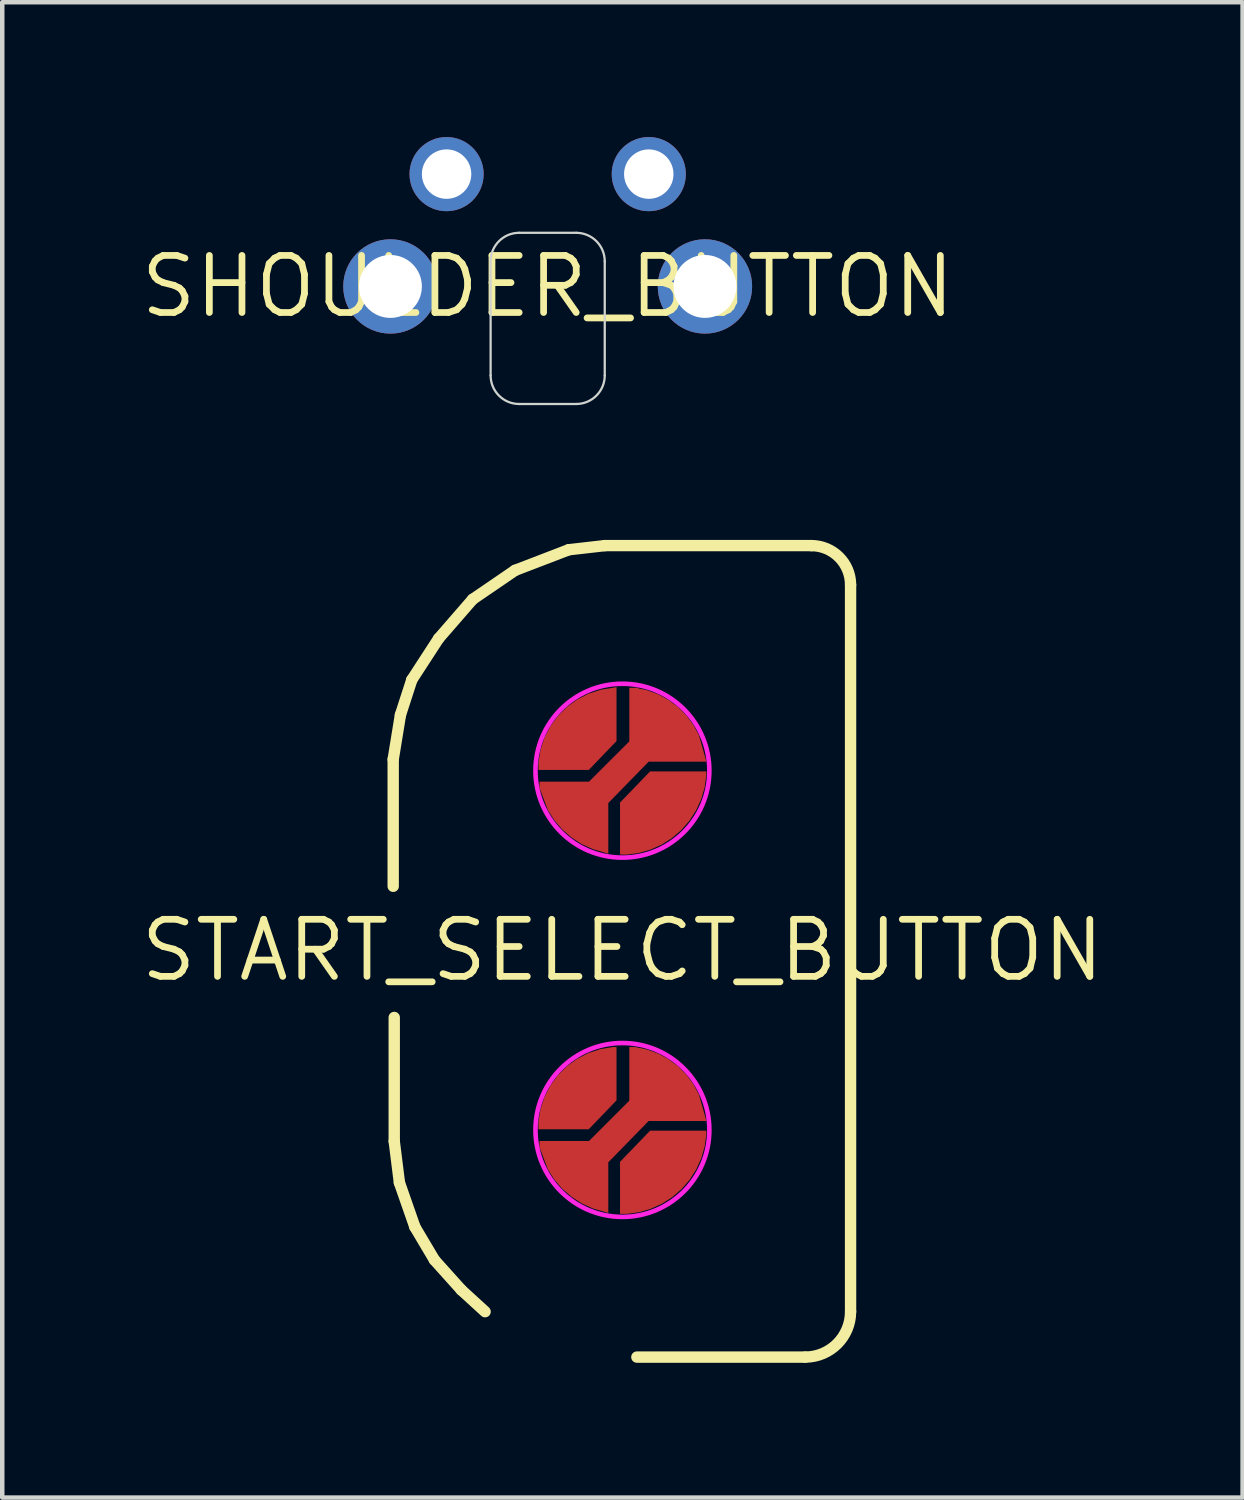
<source format=kicad_pcb>
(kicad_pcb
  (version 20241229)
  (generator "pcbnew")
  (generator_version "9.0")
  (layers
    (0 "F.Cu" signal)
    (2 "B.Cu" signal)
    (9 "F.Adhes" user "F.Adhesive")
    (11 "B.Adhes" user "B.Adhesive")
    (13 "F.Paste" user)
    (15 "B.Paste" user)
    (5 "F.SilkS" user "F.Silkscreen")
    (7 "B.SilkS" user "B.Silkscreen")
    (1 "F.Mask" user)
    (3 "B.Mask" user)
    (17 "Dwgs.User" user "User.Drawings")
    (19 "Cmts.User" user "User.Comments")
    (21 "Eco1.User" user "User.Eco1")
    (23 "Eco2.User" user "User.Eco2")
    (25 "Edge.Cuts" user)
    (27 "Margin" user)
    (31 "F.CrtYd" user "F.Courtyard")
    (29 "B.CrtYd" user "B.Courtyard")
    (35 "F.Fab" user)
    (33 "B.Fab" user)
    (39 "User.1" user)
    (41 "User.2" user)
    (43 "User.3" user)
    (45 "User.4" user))
  (footprint "SHOULDER_BUTTON"
    (layer "F.Cu")
    (at 9.139 3.325)
    (property "Reference" "SHOULDER_BUTTON" (at 0 0 0) (layer "F.SilkS") (effects (font (size 1.27 1.27) (thickness 0.15))))
    (fp_line (start -1.27 -0.559) (end -1.27 1.981) (stroke (width 0.05) (type solid)) (layer "Edge.Cuts"))
    (fp_line (start -0.635 2.616) (end 0.635 2.616) (stroke (width 0.05) (type solid)) (layer "Edge.Cuts"))
    (fp_line (start 0.635 -1.194) (end -0.635 -1.194) (stroke (width 0.05) (type solid)) (layer "Edge.Cuts"))
    (fp_line (start 1.27 1.981) (end 1.27 -0.559) (stroke (width 0.05) (type solid)) (layer "Edge.Cuts"))
    (fp_arc (start -1.27 -0.5588) (mid -1.084013 -1.007813) (end -0.635 -1.1938) (stroke (width 0.05) (type solid)) (layer "Edge.Cuts"))
    (fp_arc (start -0.635 2.6162) (mid -1.084013 2.430213) (end -1.27 1.9812) (stroke (width 0.05) (type solid)) (layer "Edge.Cuts"))
    (fp_arc (start 0.635 -1.1938) (mid 1.084013 -1.007813) (end 1.27 -0.5588) (stroke (width 0.05) (type solid)) (layer "Edge.Cuts"))
    (fp_arc (start 1.27 1.9812) (mid 1.084013 2.430213) (end 0.635 2.6162) (stroke (width 0.05) (type solid)) (layer "Edge.Cuts"))
    (pad "GND@1" thru_hole circle (at -3.5 0) (size 2.1 2.1) (drill 1.4) (layers "*.Cu" "*.Mask"))
    (pad "GND@2" thru_hole circle (at -2.25 -2.5) (size 1.65 1.65) (drill 1.1) (layers "*.Cu" "*.Mask"))
    (pad "GND@3" thru_hole circle (at 3.5 0) (size 2.1 2.1) (drill 1.4) (layers "*.Cu" "*.Mask"))
    (pad "SW" thru_hole circle (at 2.25 -2.5) (size 1.65 1.65) (drill 1.1) (layers "*.Cu" "*.Mask")))
  (footprint "START_SELECT_BUTTON"
    (layer "F.Cu")
    (at 10.802 18.1)
    (property "Reference" "START_SELECT_BUTTON" (at 0 0 0) (layer "F.SilkS") (effects (font (size 1.27 1.27) (thickness 0.15))))
    (fp_poly (pts (xy -0.131 -4.657) (xy -0.749 -4.014) (xy -1.868 -4.014) (xy -1.868 -4.188) (xy -1.822 -4.467) (xy -1.733 -4.735) (xy -1.604 -4.986) (xy -1.438 -5.213) (xy -1.238 -5.413) (xy -1.011 -5.579) (xy -0.76 -5.708) (xy -0.492 -5.797) (xy -0.131 -5.857)) (stroke (width 0) (type default)) (fill yes) (layer "F.Cu"))
    (fp_poly (pts (xy -0.131 3.339) (xy -0.749 3.982) (xy -1.868 3.982) (xy -1.868 3.808) (xy -1.822 3.529) (xy -1.733 3.261) (xy -1.604 3.01) (xy -1.438 2.783) (xy -1.238 2.583) (xy -1.011 2.417) (xy -0.76 2.288) (xy -0.492 2.199) (xy -0.213 2.153) (xy -0.131 2.153)) (stroke (width 0) (type default)) (fill yes) (layer "F.Cu"))
    (fp_poly (pts (xy 1.868 -3.901) (xy 1.831 -3.63) (xy 1.755 -3.368) (xy 1.642 -3.119) (xy 1.495 -2.889) (xy 1.316 -2.682) (xy 1.109 -2.503) (xy 0.879 -2.356) (xy 0.63 -2.243) (xy 0.368 -2.167) (xy 0.097 -2.13) (xy -0.053 -2.13) (xy -0.053 -3.289) (xy 0.616 -3.982) (xy 1.868 -3.982)) (stroke (width 0) (type default)) (fill yes) (layer "F.Cu"))
    (fp_poly (pts (xy 1.868 4.095) (xy 1.831 4.366) (xy 1.755 4.628) (xy 1.642 4.877) (xy 1.495 5.107) (xy 1.316 5.314) (xy 1.109 5.493) (xy 0.879 5.64) (xy 0.63 5.753) (xy 0.368 5.829) (xy 0.097 5.866) (xy -0.053 5.866) (xy -0.053 4.707) (xy 0.616 4.014) (xy 1.868 4.014)) (stroke (width 0) (type default)) (fill yes) (layer "F.Cu"))
    (fp_poly (pts (xy 0.543 2.206) (xy 0.791 2.296) (xy 1.022 2.421) (xy 1.234 2.578) (xy 1.42 2.764) (xy 1.577 2.976) (xy 1.703 3.21) (xy 1.87 3.798) (xy 0.584 3.798) (xy -0.314 4.718) (xy -0.314 5.846) (xy -0.664 5.743) (xy -0.907 5.631) (xy -1.132 5.485) (xy -1.335 5.31) (xy -1.51 5.108) (xy -1.657 4.88) (xy -1.845 4.38) (xy -1.845 4.244) (xy -0.744 4.244) (xy 0.154 3.346) (xy 0.154 2.153) (xy 0.284 2.153)) (stroke (width 0) (type default)) (fill yes) (layer "F.Cu"))
    (fp_poly (pts (xy 0.352 -5.829) (xy 0.543 -5.79) (xy 0.791 -5.7) (xy 1.022 -5.575) (xy 1.234 -5.418) (xy 1.42 -5.232) (xy 1.577 -5.02) (xy 1.703 -4.786) (xy 1.87 -4.198) (xy 0.584 -4.198) (xy -0.314 -3.278) (xy -0.314 -2.15) (xy -0.664 -2.254) (xy -0.907 -2.365) (xy -1.132 -2.511) (xy -1.335 -2.686) (xy -1.51 -2.889) (xy -1.657 -3.116) (xy -1.845 -3.617) (xy -1.845 -3.753) (xy -0.744 -3.753) (xy 0.154 -4.65) (xy 0.154 -5.843) (xy 0.352 -5.843)) (stroke (width 0) (type default)) (fill yes) (layer "F.Cu"))
    (fp_circle (center 0 -3.998) (end 0.942 -3.998) (stroke (width 1.884) (type solid)) (fill yes) (layer "F.Mask"))
    (fp_circle (center 0 3.998) (end 0.942 3.998) (stroke (width 1.884) (type solid)) (fill yes) (layer "F.Mask"))
    (fp_line (start -5.101 -4.251) (end -5.101 -1.425) (stroke (width 0.253) (type solid)) (layer "F.SilkS"))
    (fp_line (start -5.078 1.494) (end -5.078 4.251) (stroke (width 0.253) (type solid)) (layer "F.SilkS"))
    (fp_line (start -5.078 4.251) (end -4.963 5.17) (stroke (width 0.253) (type solid)) (layer "F.SilkS"))
    (fp_line (start -4.963 5.17) (end -4.618 6.158) (stroke (width 0.253) (type solid)) (layer "F.SilkS"))
    (fp_line (start -4.94 -5.239) (end -5.101 -4.251) (stroke (width 0.253) (type solid)) (layer "F.SilkS"))
    (fp_line (start -4.687 -6.02) (end -4.94 -5.239) (stroke (width 0.253) (type solid)) (layer "F.SilkS"))
    (fp_line (start -4.618 6.158) (end -4.182 6.893) (stroke (width 0.253) (type solid)) (layer "F.SilkS"))
    (fp_line (start -4.182 6.893) (end -3.584 7.559) (stroke (width 0.253) (type solid)) (layer "F.SilkS"))
    (fp_line (start -4.09 -6.939) (end -4.687 -6.02) (stroke (width 0.253) (type solid)) (layer "F.SilkS"))
    (fp_line (start -3.584 7.559) (end -3.056 8.042) (stroke (width 0.253) (type solid)) (layer "F.SilkS"))
    (fp_line (start -3.332 -7.812) (end -4.09 -6.939) (stroke (width 0.253) (type solid)) (layer "F.SilkS"))
    (fp_line (start -2.39 -8.456) (end -3.332 -7.812) (stroke (width 0.253) (type solid)) (layer "F.SilkS"))
    (fp_line (start -1.195 -8.915) (end -2.39 -8.456) (stroke (width 0.253) (type solid)) (layer "F.SilkS"))
    (fp_line (start -0.391 -9.007) (end -1.195 -8.915) (stroke (width 0.253) (type solid)) (layer "F.SilkS"))
    (fp_line (start 0.322 9.053) (end 4.067 9.053) (stroke (width 0.253) (type solid)) (layer "F.SilkS"))
    (fp_line (start 4.205 -9.007) (end -0.391 -9.007) (stroke (width 0.253) (type solid)) (layer "F.SilkS"))
    (fp_line (start 5.078 8.042) (end 5.078 -8.134) (stroke (width 0.253) (type solid)) (layer "F.SilkS"))
    (fp_arc (start 4.204818 -9.007041) (mid 4.822216 -8.751307) (end 5.07795 -8.133909) (stroke (width 0.25275) (type solid)) (layer "F.SilkS"))
    (fp_arc (start 5.07795 8.042) (mid 4.781835 8.756881) (end 4.066953 9.052993) (stroke (width 0.25275) (type solid)) (layer "F.SilkS"))
    (fp_circle (center 0 -3.998) (end 1.935 -3.998) (stroke (width 0.102) (type solid)) (fill no) (layer "F.CrtYd"))
    (fp_circle (center 0 3.998) (end 1.935 3.998) (stroke (width 0.102) (type solid)) (fill no) (layer "F.CrtYd"))
    (pad "GND@1" smd rect (at -0.919 3.263 45) (size 0.23 0.23) (layers "F.Cu" "F.Mask" "F.Paste"))
    (pad "GND@2" smd rect (at 0.689 4.871 45) (size 0.23 0.23) (layers "F.Cu" "F.Mask" "F.Paste"))
    (pad "GND@3" smd rect (at -0.896 -4.756 45) (size 0.23 0.23) (layers "F.Cu" "F.Mask" "F.Paste"))
    (pad "GND@4" smd rect (at 0.712 -3.148 135) (size 0.23 0.23) (layers "F.Cu" "F.Mask" "F.Paste"))
    (pad "SEL" smd rect (at -0.069 4.021 45) (size 0.23 0.23) (layers "F.Cu" "F.Mask" "F.Paste"))
    (pad "STR" smd rect (at -0.046 -3.998 45) (size 0.23 0.23) (layers "F.Cu" "F.Mask" "F.Paste")))
  (gr_rect
    (start -3 -3)
    (end 24.605 30.279)
    (stroke (width 0.1) (type default))
    (fill no)
    (layer "Edge.Cuts")))
</source>
